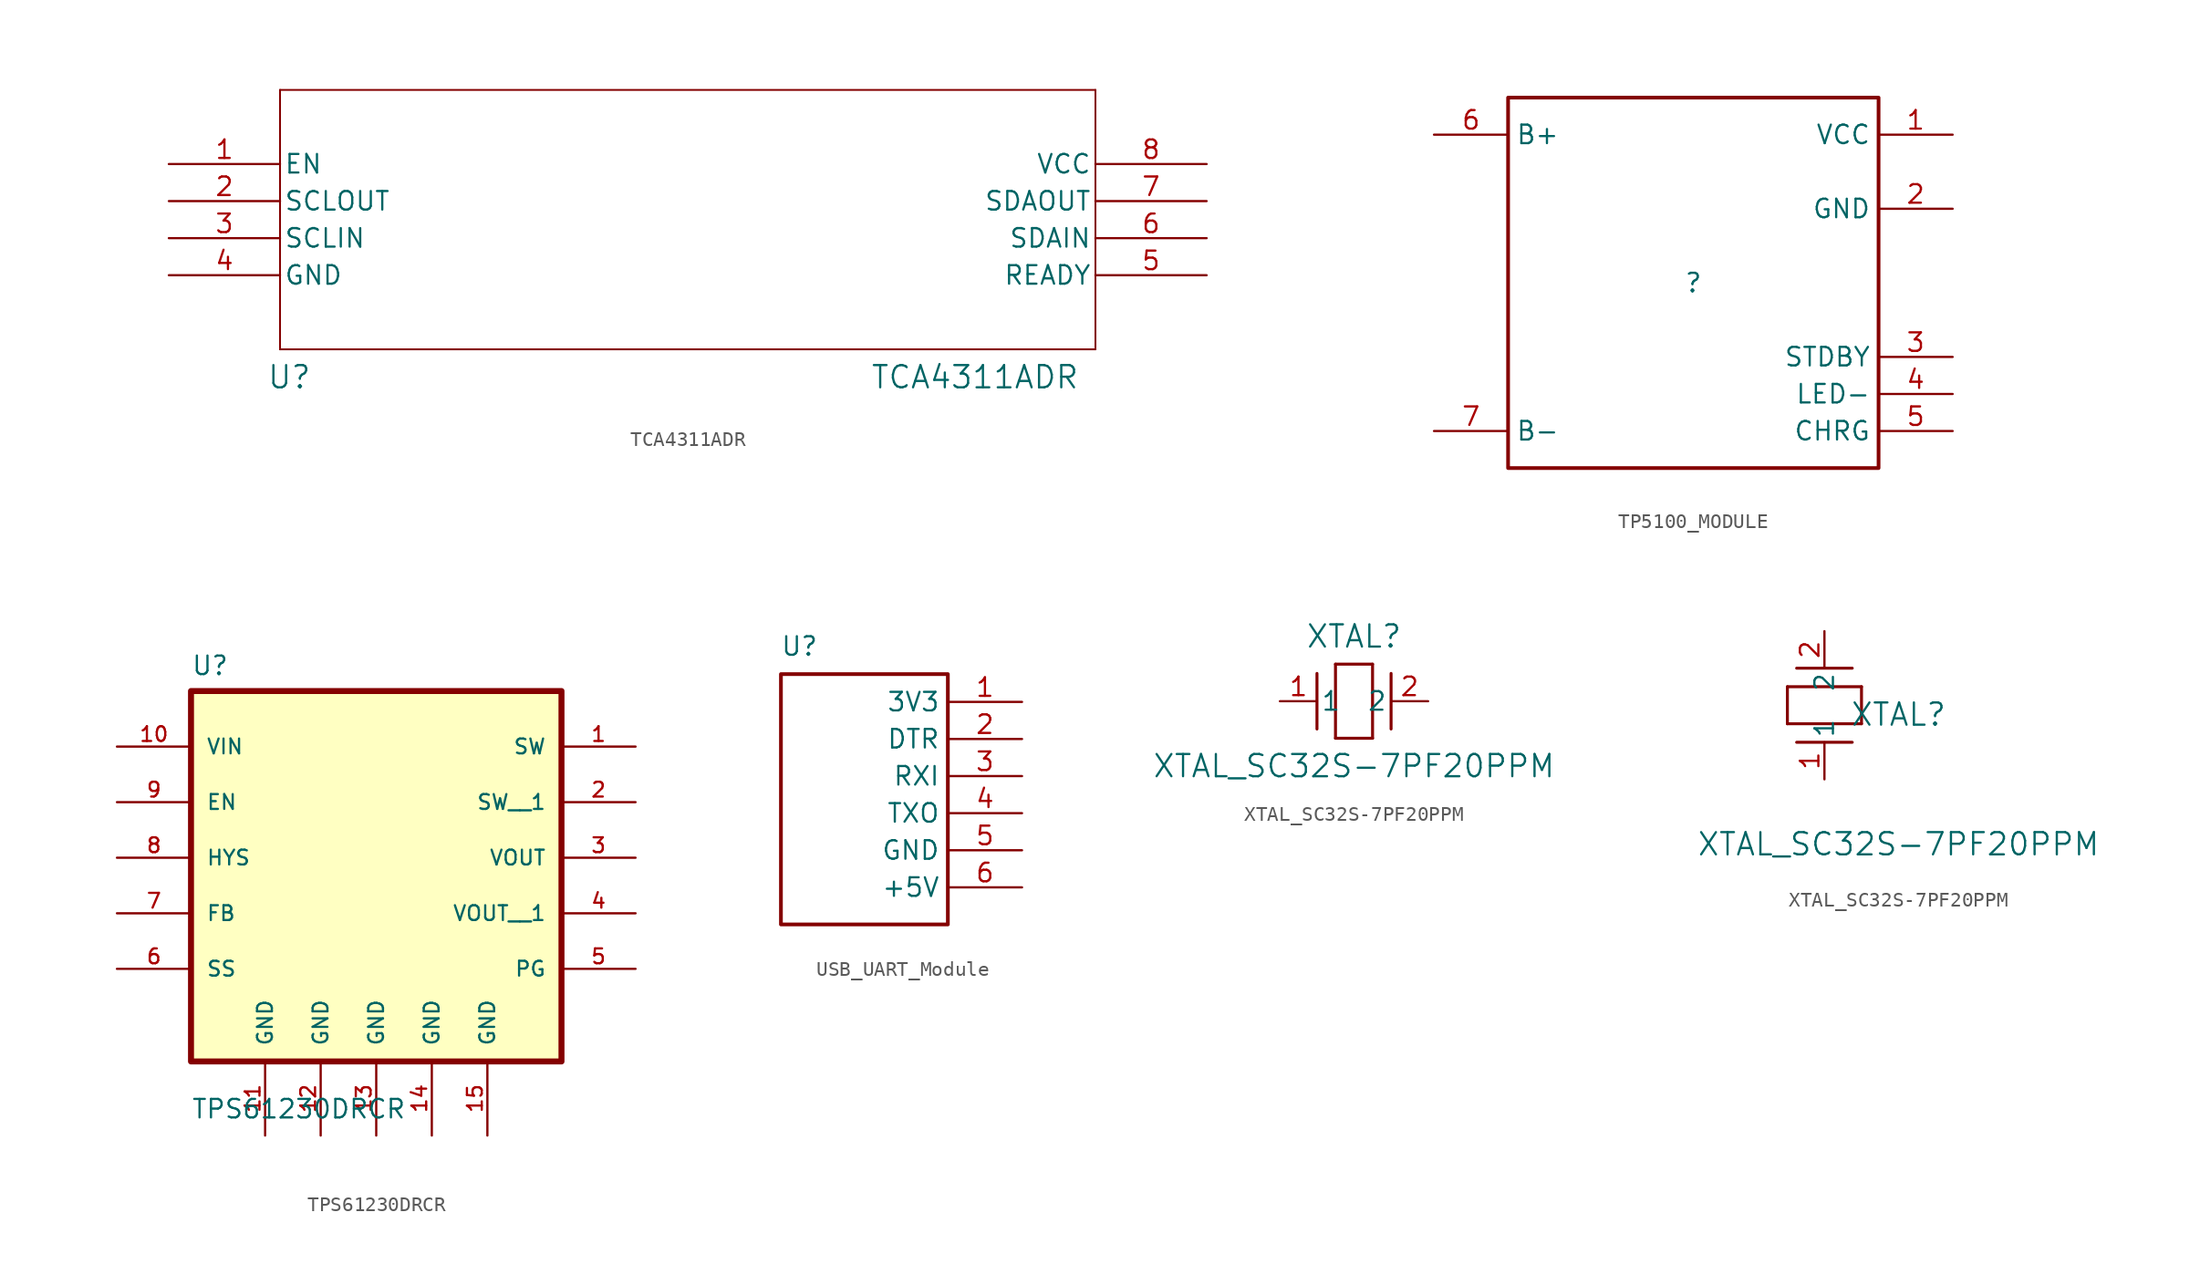
<source format=kicad_sym>
(kicad_symbol_lib
  (version 20220914)
  (generator kicad_symbol_editor)
  (symbol "TCA4311ADR"
    (pin_names
      (offset 0.254))
    (property "Reference" "U"
      (at 8.255 -14.605 0)
      (effects (font (size 1.524 1.524))))
    (property "Value" "TCA4311ADR"
      (at 55.245 -14.605 0)
      (effects (font (size 1.524 1.524))))
    (property "ki_locked" ""
      (at 0 0 0)
      (effects (font (size 1.27 1.27))))
    (symbol "TCA4311ADR_0_1"
      (polyline (pts (xy 7.62 -12.7) (xy 63.5 -12.7)) (stroke (width 0.127) (type default)) (fill (type none)))
      (polyline (pts (xy 7.62 5.08) (xy 7.62 -12.7)) (stroke (width 0.127) (type default)) (fill (type none)))
      (polyline (pts (xy 63.5 -12.7) (xy 63.5 5.08)) (stroke (width 0.127) (type default)) (fill (type none)))
      (polyline (pts (xy 63.5 5.08) (xy 7.62 5.08)) (stroke (width 0.127) (type default)) (fill (type none)))
      (pin unspecified line (at 0 0 0) (length 7.62) (name "EN" (effects (font (size 1.27 1.27)))) (number "1" (effects (font (size 1.27 1.27)))))
      (pin output line (at 0 -2.54 0) (length 7.62) (name "SCLOUT" (effects (font (size 1.27 1.27)))) (number "2" (effects (font (size 1.27 1.27)))))
      (pin input line (at 0 -5.08 0) (length 7.62) (name "SCLIN" (effects (font (size 1.27 1.27)))) (number "3" (effects (font (size 1.27 1.27)))))
      (pin power_in line (at 0 -7.62 0) (length 7.62) (name "GND" (effects (font (size 1.27 1.27)))) (number "4" (effects (font (size 1.27 1.27)))))
      (pin unspecified line (at 71.12 -7.62 180) (length 7.62) (name "READY" (effects (font (size 1.27 1.27)))) (number "5" (effects (font (size 1.27 1.27)))))
      (pin input line (at 71.12 -5.08 180) (length 7.62) (name "SDAIN" (effects (font (size 1.27 1.27)))) (number "6" (effects (font (size 1.27 1.27)))))
      (pin output line (at 71.12 -2.54 180) (length 7.62) (name "SDAOUT" (effects (font (size 1.27 1.27)))) (number "7" (effects (font (size 1.27 1.27)))))
      (pin power_in line (at 71.12 0 180) (length 7.62) (name "VCC" (effects (font (size 1.27 1.27)))) (number "8" (effects (font (size 1.27 1.27)))))))
  (symbol "TP5100_MODULE"
    (property "Reference" ""
      (at 0 0 0)
      (effects (font (size 1.27 1.27))))
    (property "Value" ""
      (at 0 0 0)
      (effects (font (size 1.27 1.27))))
    (symbol "TP5100_MODULE_1_0"
      (rectangle (start 12.7 12.7) (end -12.7 -12.7) (stroke (width 0.254) (type solid)) (fill (type none)))
      (pin passive line (at 17.78 10.16 180) (length 5.08) (name "VCC" (effects (font (size 1.27 1.27)))) (number "1" (effects (font (size 1.27 1.27)))))
      (pin passive line (at 17.78 5.08 180) (length 5.08) (name "GND" (effects (font (size 1.27 1.27)))) (number "2" (effects (font (size 1.27 1.27)))))
      (pin passive line (at 17.78 -5.08 180) (length 5.08) (name "STDBY" (effects (font (size 1.27 1.27)))) (number "3" (effects (font (size 1.27 1.27)))))
      (pin passive line (at 17.78 -7.62 180) (length 5.08) (name "LED-" (effects (font (size 1.27 1.27)))) (number "4" (effects (font (size 1.27 1.27)))))
      (pin passive line (at 17.78 -10.16 180) (length 5.08) (name "CHRG" (effects (font (size 1.27 1.27)))) (number "5" (effects (font (size 1.27 1.27)))))
      (pin passive line (at -17.78 10.16 0) (length 5.08) (name "B+" (effects (font (size 1.27 1.27)))) (number "6" (effects (font (size 1.27 1.27)))))
      (pin passive line (at -17.78 -10.16 0) (length 5.08) (name "B-" (effects (font (size 1.27 1.27)))) (number "7" (effects (font (size 1.27 1.27)))))))
  (symbol "TPS61230DRCR"
    (pin_names
      (offset 1.016))
    (property "Reference" "U"
      (at -12.7 11.16 0)
      (effects (font (size 1.27 1.27)) (justify left bottom)))
    (property "Value" "TPS61230DRCR"
      (at -12.7 -19.24 0)
      (effects (font (size 1.27 1.27)) (justify left bottom)))
    (symbol "TPS61230DRCR_0_0"
      (rectangle (start -12.7 -15.24) (end 12.7 10.16) (stroke (width 0.41) (type default)) (fill (type background)))
      (pin output line (at 17.78 6.35 180) (length 5.08) (name "SW" (effects (font (size 1.016 1.016)))) (number "1" (effects (font (size 1.016 1.016)))))
      (pin input line (at -17.78 6.35 0) (length 5.08) (name "VIN" (effects (font (size 1.016 1.016)))) (number "10" (effects (font (size 1.016 1.016)))))
      (pin power_in line (at -7.62 -20.32 90) (length 5.08) (name "GND" (effects (font (size 1.016 1.016)))) (number "11" (effects (font (size 1.016 1.016)))))
      (pin output line (at 17.78 2.54 180) (length 5.08) (name "SW__1" (effects (font (size 1.016 1.016)))) (number "2" (effects (font (size 1.016 1.016)))))
      (pin output line (at 17.78 -1.27 180) (length 5.08) (name "VOUT" (effects (font (size 1.016 1.016)))) (number "3" (effects (font (size 1.016 1.016)))))
      (pin output line (at 17.78 -5.08 180) (length 5.08) (name "VOUT__1" (effects (font (size 1.016 1.016)))) (number "4" (effects (font (size 1.016 1.016)))))
      (pin output line (at 17.78 -8.89 180) (length 5.08) (name "PG" (effects (font (size 1.016 1.016)))) (number "5" (effects (font (size 1.016 1.016)))))
      (pin input line (at -17.78 -8.89 0) (length 5.08) (name "SS" (effects (font (size 1.016 1.016)))) (number "6" (effects (font (size 1.016 1.016)))))
      (pin input line (at -17.78 -5.08 0) (length 5.08) (name "FB" (effects (font (size 1.016 1.016)))) (number "7" (effects (font (size 1.016 1.016)))))
      (pin output line (at -17.78 -1.27 0) (length 5.08) (name "HYS" (effects (font (size 1.016 1.016)))) (number "8" (effects (font (size 1.016 1.016)))))
      (pin input line (at -17.78 2.54 0) (length 5.08) (name "EN" (effects (font (size 1.016 1.016)))) (number "9" (effects (font (size 1.016 1.016))))))
    (symbol "TPS61230DRCR_1_0"
      (pin power_in line (at -3.81 -20.32 90) (length 5.08) (name "GND" (effects (font (size 1.016 1.016)))) (number "12" (effects (font (size 1.016 1.016)))))
      (pin power_in line (at 0 -20.32 90) (length 5.08) (name "GND" (effects (font (size 1.016 1.016)))) (number "13" (effects (font (size 1.016 1.016)))))
      (pin power_in line (at 3.81 -20.32 90) (length 5.08) (name "GND" (effects (font (size 1.016 1.016)))) (number "14" (effects (font (size 1.016 1.016)))))
      (pin power_in line (at 7.62 -20.32 90) (length 5.08) (name "GND" (effects (font (size 1.016 1.016)))) (number "15" (effects (font (size 1.016 1.016)))))))
  (symbol "USB_UART_Module"
    (property "Reference" "U"
      (at 1.27 8.89 0)
      (effects (font (size 1.27 1.27))))
    (property "Value" ""
      (at 0 0 0)
      (effects (font (size 1.27 1.27))))
    (symbol "USB_UART_Module_1_0"
      (rectangle (start 0 6.985) (end 11.43 -10.16) (stroke (width 0.254) (type solid)) (fill (type none)))
      (pin passive line (at 16.51 5.08 180) (length 5.08) (name "3V3" (effects (font (size 1.27 1.27)))) (number "1" (effects (font (size 1.27 1.27)))))
      (pin passive line (at 16.51 2.54 180) (length 5.08) (name "DTR" (effects (font (size 1.27 1.27)))) (number "2" (effects (font (size 1.27 1.27)))))
      (pin passive line (at 16.51 0 180) (length 5.08) (name "RXI" (effects (font (size 1.27 1.27)))) (number "3" (effects (font (size 1.27 1.27)))))
      (pin passive line (at 16.51 -2.54 180) (length 5.08) (name "TXO" (effects (font (size 1.27 1.27)))) (number "4" (effects (font (size 1.27 1.27)))))
      (pin passive line (at 16.51 -5.08 180) (length 5.08) (name "GND" (effects (font (size 1.27 1.27)))) (number "5" (effects (font (size 1.27 1.27)))))
      (pin passive line (at 16.51 -7.62 180) (length 5.08) (name "+5V" (effects (font (size 1.27 1.27)))) (number "6" (effects (font (size 1.27 1.27)))))))
  (symbol "XTAL_SC32S-7PF20PPM"
    (pin_names
      (offset 0.254))
    (property "Reference" "XTAL"
      (at 5.08 4.445 0)
      (effects (font (size 1.524 1.524))))
    (property "Value" "XTAL_SC32S-7PF20PPM"
      (at 5.08 -4.445 0)
      (effects (font (size 1.524 1.524))))
    (symbol "XTAL_SC32S-7PF20PPM_1_1"
      (polyline (pts (xy 2.54 -1.905) (xy 2.54 1.905)) (stroke (width 0.203) (type default)) (fill (type none)))
      (polyline (pts (xy 3.81 -2.54) (xy 3.81 2.54)) (stroke (width 0.203) (type default)) (fill (type none)))
      (polyline (pts (xy 3.81 2.54) (xy 6.35 2.54)) (stroke (width 0.203) (type default)) (fill (type none)))
      (polyline (pts (xy 6.35 -2.54) (xy 3.81 -2.54)) (stroke (width 0.203) (type default)) (fill (type none)))
      (polyline (pts (xy 6.35 2.54) (xy 6.35 -2.54)) (stroke (width 0.203) (type default)) (fill (type none)))
      (polyline (pts (xy 7.62 -1.905) (xy 7.62 1.905)) (stroke (width 0.203) (type default)) (fill (type none)))
      (pin unspecified line (at 0 0 0) (length 2.54) (name "1" (effects (font (size 1.27 1.27)))) (number "1" (effects (font (size 1.27 1.27)))))
      (pin unspecified line (at 10.16 0 180) (length 2.54) (name "2" (effects (font (size 1.27 1.27)))) (number "2" (effects (font (size 1.27 1.27))))))
    (symbol "XTAL_SC32S-7PF20PPM_1_2"
      (polyline (pts (xy -2.54 3.81) (xy -2.54 6.35)) (stroke (width 0.203) (type default)) (fill (type none)))
      (polyline (pts (xy -2.54 6.35) (xy 2.54 6.35)) (stroke (width 0.203) (type default)) (fill (type none)))
      (polyline (pts (xy 1.905 2.54) (xy -1.905 2.54)) (stroke (width 0.203) (type default)) (fill (type none)))
      (polyline (pts (xy 1.905 7.62) (xy -1.905 7.62)) (stroke (width 0.203) (type default)) (fill (type none)))
      (polyline (pts (xy 2.54 3.81) (xy -2.54 3.81)) (stroke (width 0.203) (type default)) (fill (type none)))
      (polyline (pts (xy 2.54 6.35) (xy 2.54 3.81)) (stroke (width 0.203) (type default)) (fill (type none)))
      (pin unspecified line (at 0 0 90) (length 2.54) (name "1" (effects (font (size 1.27 1.27)))) (number "1" (effects (font (size 1.27 1.27)))))
      (pin unspecified line (at 0 10.16 270) (length 2.54) (name "2" (effects (font (size 1.27 1.27)))) (number "2" (effects (font (size 1.27 1.27))))))))
</source>
